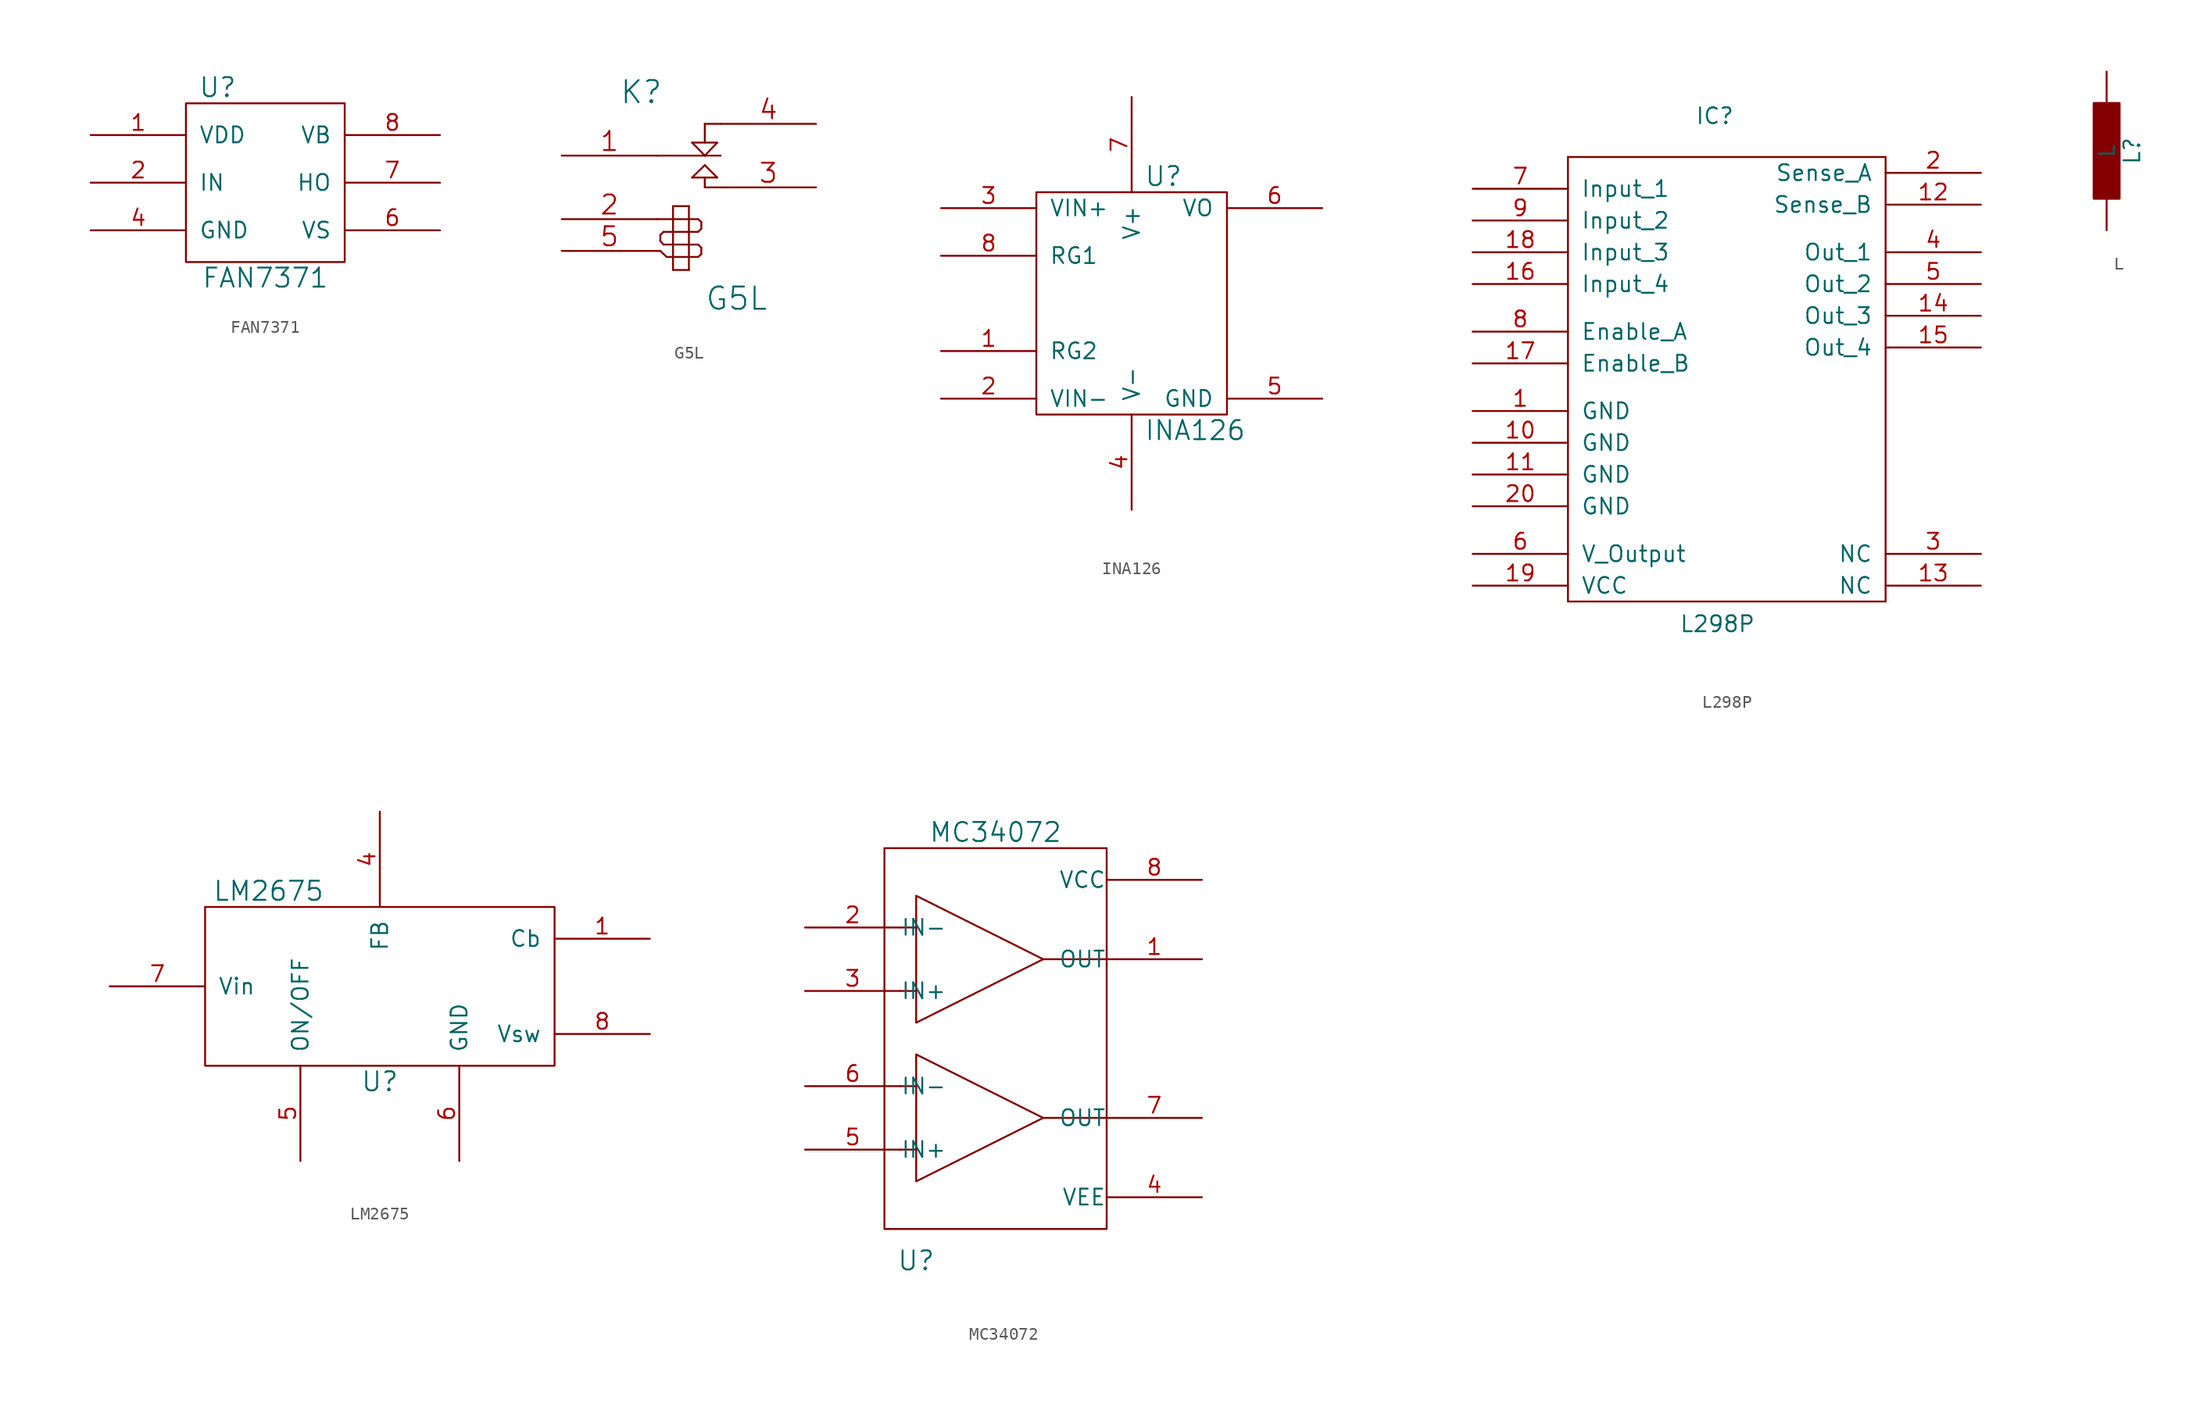
<source format=kicad_sym>
(kicad_symbol_lib
  (version 20211014)
  (generator kicad_symbol_editor)
  (symbol "FAN7371"
    (pin_names
      (offset 1.016))
    (property "Reference" "U"
      (at -3.81 7.62 0)
      (effects (font (size 1.524 1.524))))
    (property "Value" "FAN7371"
      (at 0 -7.62 0)
      (effects (font (size 1.524 1.524))))
    (property "Footprint" ""
      (at 0 0 0)
      (effects (font (size 1.524 1.524))))
    (property "Datasheet" ""
      (at 0 0 0)
      (effects (font (size 1.524 1.524))))
    (symbol "FAN7371_0_1"
      (rectangle (start -6.35 6.35) (end 6.35 -6.35) (stroke (width 0) (type default) (color 0 0 0 0)) (fill (type none))))
    (symbol "FAN7371_1_1"
      (pin input line (at -13.97 3.81 0) (length 7.62) (name "VDD" (effects (font (size 1.27 1.27)))) (number "1" (effects (font (size 1.27 1.27)))))
      (pin input line (at -13.97 0 0) (length 7.62) (name "IN" (effects (font (size 1.27 1.27)))) (number "2" (effects (font (size 1.27 1.27)))))
      (pin input line (at -13.97 -3.81 0) (length 7.62) (name "GND" (effects (font (size 1.27 1.27)))) (number "4" (effects (font (size 1.27 1.27)))))
      (pin input line (at 13.97 -3.81 180) (length 7.62) (name "VS" (effects (font (size 1.27 1.27)))) (number "6" (effects (font (size 1.27 1.27)))))
      (pin input line (at 13.97 0 180) (length 7.62) (name "HO" (effects (font (size 1.27 1.27)))) (number "7" (effects (font (size 1.27 1.27)))))
      (pin input line (at 13.97 3.81 180) (length 7.62) (name "VB" (effects (font (size 1.27 1.27)))) (number "8" (effects (font (size 1.27 1.27)))))))
  (symbol "G5L"
    (pin_names
      (offset 1.016) hide)
    (property "Reference" "K"
      (at -3.81 3.81 0)
      (effects (font (size 1.778 1.778))))
    (property "Value" "G5L"
      (at 3.81 -12.7 0)
      (effects (font (size 1.778 1.778))))
    (property "Footprint" ""
      (at 0 0 0)
      (effects (font (size 1.524 1.524))))
    (property "Datasheet" ""
      (at 0 0 0)
      (effects (font (size 1.524 1.524))))
    (symbol "G5L_0_1"
      (polyline (pts (xy -2.54 -8.89) (xy -2.286 -8.89)) (stroke (width 0) (type default) (color 0 0 0 0)) (fill (type none)))
      (polyline (pts (xy -2.54 -6.35) (xy -1.27 -6.35)) (stroke (width 0) (type default) (color 0 0 0 0)) (fill (type none)))
      (polyline (pts (xy -2.54 -1.27) (xy 1.27 -1.27)) (stroke (width 0) (type default) (color 0 0 0 0)) (fill (type none)))
      (polyline (pts (xy -2.286 -8.89) (xy -1.778 -9.373)) (stroke (width 0) (type default) (color 0 0 0 0)) (fill (type none)))
      (polyline (pts (xy -2.286 -8.103) (xy -2.286 -7.62)) (stroke (width 0) (type default) (color 0 0 0 0)) (fill (type none)))
      (polyline (pts (xy -2.032 -8.382) (xy -2.286 -8.103)) (stroke (width 0) (type default) (color 0 0 0 0)) (fill (type none)))
      (polyline (pts (xy -2.032 -7.366) (xy -2.286 -7.62)) (stroke (width 0) (type default) (color 0 0 0 0)) (fill (type none)))
      (polyline (pts (xy -1.778 -9.373) (xy -1.27 -9.373)) (stroke (width 0) (type default) (color 0 0 0 0)) (fill (type none)))
      (polyline (pts (xy -1.27 -10.414) (xy -1.27 -5.309)) (stroke (width 0) (type default) (color 0 0 0 0)) (fill (type none)))
      (polyline (pts (xy -1.27 -8.382) (xy -2.032 -8.382)) (stroke (width 0) (type default) (color 0 0 0 0)) (fill (type none)))
      (polyline (pts (xy -1.27 -8.382) (xy 0 -8.382)) (stroke (width 0) (type default) (color 0 0 0 0)) (fill (type none)))
      (polyline (pts (xy -1.27 -7.366) (xy -2.032 -7.366)) (stroke (width 0) (type default) (color 0 0 0 0)) (fill (type none)))
      (polyline (pts (xy -1.27 -6.35) (xy 0 -6.35)) (stroke (width 0) (type default) (color 0 0 0 0)) (fill (type none)))
      (polyline (pts (xy -1.27 -5.309) (xy 0 -5.309)) (stroke (width 0) (type default) (color 0 0 0 0)) (fill (type none)))
      (polyline (pts (xy 0 -10.414) (xy -1.27 -10.414)) (stroke (width 0) (type default) (color 0 0 0 0)) (fill (type none)))
      (polyline (pts (xy 0 -9.373) (xy -1.27 -9.373)) (stroke (width 0) (type default) (color 0 0 0 0)) (fill (type none)))
      (polyline (pts (xy 0 -9.373) (xy 0.737 -9.373)) (stroke (width 0) (type default) (color 0 0 0 0)) (fill (type none)))
      (polyline (pts (xy 0 -8.382) (xy 0.737 -8.382)) (stroke (width 0) (type default) (color 0 0 0 0)) (fill (type none)))
      (polyline (pts (xy 0 -7.366) (xy -1.27 -7.366)) (stroke (width 0) (type default) (color 0 0 0 0)) (fill (type none)))
      (polyline (pts (xy 0 -7.366) (xy 0.737 -7.366)) (stroke (width 0) (type default) (color 0 0 0 0)) (fill (type none)))
      (polyline (pts (xy 0 -6.35) (xy 0.737 -6.35)) (stroke (width 0) (type default) (color 0 0 0 0)) (fill (type none)))
      (polyline (pts (xy 0 -5.309) (xy 0 -10.414)) (stroke (width 0) (type default) (color 0 0 0 0)) (fill (type none)))
      (polyline (pts (xy 0.254 -3.023) (xy 2.261 -3.023)) (stroke (width 0) (type default) (color 0 0 0 0)) (fill (type none)))
      (polyline (pts (xy 0.254 -0.229) (xy 2.261 -0.229)) (stroke (width 0) (type default) (color 0 0 0 0)) (fill (type none)))
      (polyline (pts (xy 0.737 -9.373) (xy 0.991 -9.144)) (stroke (width 0) (type default) (color 0 0 0 0)) (fill (type none)))
      (polyline (pts (xy 0.737 -8.382) (xy 0.991 -8.636)) (stroke (width 0) (type default) (color 0 0 0 0)) (fill (type none)))
      (polyline (pts (xy 0.737 -7.366) (xy 0.991 -7.112)) (stroke (width 0) (type default) (color 0 0 0 0)) (fill (type none)))
      (polyline (pts (xy 0.737 -6.35) (xy 0.991 -6.579)) (stroke (width 0) (type default) (color 0 0 0 0)) (fill (type none)))
      (polyline (pts (xy 0.991 -9.144) (xy 0.991 -8.636)) (stroke (width 0) (type default) (color 0 0 0 0)) (fill (type none)))
      (polyline (pts (xy 0.991 -6.579) (xy 0.991 -7.112)) (stroke (width 0) (type default) (color 0 0 0 0)) (fill (type none)))
      (polyline (pts (xy 1.27 -3.81) (xy 1.27 -3.302)) (stroke (width 0) (type default) (color 0 0 0 0)) (fill (type none)))
      (polyline (pts (xy 1.27 -3.302) (xy 1.27 -3.023)) (stroke (width 0) (type default) (color 0 0 0 0)) (fill (type none)))
      (polyline (pts (xy 1.27 -2.032) (xy 0.254 -3.023)) (stroke (width 0) (type default) (color 0 0 0 0)) (fill (type none)))
      (polyline (pts (xy 1.27 -1.27) (xy 0.254 -0.229)) (stroke (width 0) (type default) (color 0 0 0 0)) (fill (type none)))
      (polyline (pts (xy 1.27 -1.27) (xy 2.54 -1.27)) (stroke (width 0) (type default) (color 0 0 0 0)) (fill (type none)))
      (polyline (pts (xy 1.27 1.27) (xy 1.27 -0.229)) (stroke (width 0) (type default) (color 0 0 0 0)) (fill (type none)))
      (polyline (pts (xy 1.27 1.27) (xy 2.54 1.27)) (stroke (width 0) (type default) (color 0 0 0 0)) (fill (type none)))
      (polyline (pts (xy 2.261 -3.023) (xy 1.27 -2.032)) (stroke (width 0) (type default) (color 0 0 0 0)) (fill (type none)))
      (polyline (pts (xy 2.261 -0.229) (xy 1.27 -1.27)) (stroke (width 0) (type default) (color 0 0 0 0)) (fill (type none)))
      (polyline (pts (xy 2.54 -3.81) (xy 1.27 -3.81)) (stroke (width 0) (type default) (color 0 0 0 0)) (fill (type none))))
    (symbol "G5L_1_1"
      (pin passive line (at -10.16 -1.27 0) (length 7.62) (name "C1" (effects (font (size 1.524 1.524)))) (number "1" (effects (font (size 1.524 1.524)))))
      (pin input line (at -10.16 -6.35 0) (length 7.62) (name "2" (effects (font (size 1.524 1.524)))) (number "2" (effects (font (size 1.524 1.524)))))
      (pin passive line (at 10.16 -3.81 180) (length 7.62) (name "T1" (effects (font (size 1.524 1.524)))) (number "3" (effects (font (size 1.524 1.524)))))
      (pin passive line (at 10.16 1.27 180) (length 7.62) (name "R1" (effects (font (size 1.524 1.524)))) (number "4" (effects (font (size 1.524 1.524)))))
      (pin input line (at -10.16 -8.89 0) (length 7.62) (name "5" (effects (font (size 1.524 1.524)))) (number "5" (effects (font (size 1.524 1.524)))))))
  (symbol "INA126"
    (pin_names
      (offset 1.016))
    (property "Reference" "U"
      (at 2.54 10.16 0)
      (effects (font (size 1.524 1.524))))
    (property "Value" "INA126"
      (at 5.08 -10.16 0)
      (effects (font (size 1.524 1.524))))
    (property "Footprint" ""
      (at 0 0 0)
      (effects (font (size 1.524 1.524))))
    (property "Datasheet" ""
      (at 0 0 0)
      (effects (font (size 1.524 1.524))))
    (symbol "INA126_0_1"
      (rectangle (start -7.62 8.89) (end 7.62 -8.89) (stroke (width 0) (type default) (color 0 0 0 0)) (fill (type none))))
    (symbol "INA126_1_1"
      (pin input line (at -15.24 -3.81 0) (length 7.62) (name "RG2" (effects (font (size 1.27 1.27)))) (number "1" (effects (font (size 1.27 1.27)))))
      (pin input line (at -15.24 -7.62 0) (length 7.62) (name "VIN-" (effects (font (size 1.27 1.27)))) (number "2" (effects (font (size 1.27 1.27)))))
      (pin input line (at -15.24 7.62 0) (length 7.62) (name "VIN+" (effects (font (size 1.27 1.27)))) (number "3" (effects (font (size 1.27 1.27)))))
      (pin power_in line (at 0 -16.51 90) (length 7.62) (name "V-" (effects (font (size 1.27 1.27)))) (number "4" (effects (font (size 1.27 1.27)))))
      (pin bidirectional line (at 15.24 -7.62 180) (length 7.62) (name "GND" (effects (font (size 1.27 1.27)))) (number "5" (effects (font (size 1.27 1.27)))))
      (pin output line (at 15.24 7.62 180) (length 7.62) (name "VO" (effects (font (size 1.27 1.27)))) (number "6" (effects (font (size 1.27 1.27)))))
      (pin power_in line (at 0 16.51 270) (length 7.62) (name "V+" (effects (font (size 1.27 1.27)))) (number "7" (effects (font (size 1.27 1.27)))))
      (pin input line (at -15.24 3.81 0) (length 7.62) (name "RG1" (effects (font (size 1.27 1.27)))) (number "8" (effects (font (size 1.27 1.27)))))))
  (symbol "L298P"
    (pin_names
      (offset 1.016))
    (property "Reference" "IC"
      (at -2.54 20.32 0)
      (effects (font (size 1.27 1.27)) (justify left bottom)))
    (property "Value" "L298P"
      (at -3.81 -20.32 0)
      (effects (font (size 1.27 1.27)) (justify left bottom)))
    (property "Datasheet" ""
      (at 0 0 0)
      (effects (font (size 1.524 1.524))))
    (property "ki_locked" ""
      (at 0 0 0)
      (effects (font (size 1.27 1.27))))
    (symbol "L298P_1_0"
      (polyline (pts (xy -12.7 -17.78) (xy -12.7 17.78)) (stroke (width 0) (type default) (color 0 0 0 0)) (fill (type none)))
      (polyline (pts (xy -12.7 17.78) (xy 12.7 17.78)) (stroke (width 0) (type default) (color 0 0 0 0)) (fill (type none)))
      (polyline (pts (xy 12.7 -17.78) (xy -12.7 -17.78)) (stroke (width 0) (type default) (color 0 0 0 0)) (fill (type none)))
      (polyline (pts (xy 12.7 17.78) (xy 12.7 -17.78)) (stroke (width 0) (type default) (color 0 0 0 0)) (fill (type none))))
    (symbol "L298P_1_1"
      (pin input line (at -20.32 -2.54 0) (length 7.62) (name "GND" (effects (font (size 1.27 1.27)))) (number "1" (effects (font (size 1.27 1.27)))))
      (pin input line (at -20.32 -5.08 0) (length 7.62) (name "GND" (effects (font (size 1.27 1.27)))) (number "10" (effects (font (size 1.27 1.27)))))
      (pin input line (at -20.32 -7.62 0) (length 7.62) (name "GND" (effects (font (size 1.27 1.27)))) (number "11" (effects (font (size 1.27 1.27)))))
      (pin input line (at 20.32 13.97 180) (length 7.62) (name "Sense_B" (effects (font (size 1.27 1.27)))) (number "12" (effects (font (size 1.27 1.27)))))
      (pin input line (at 20.32 -16.51 180) (length 7.62) (name "NC" (effects (font (size 1.27 1.27)))) (number "13" (effects (font (size 1.27 1.27)))))
      (pin input line (at 20.32 5.08 180) (length 7.62) (name "Out_3" (effects (font (size 1.27 1.27)))) (number "14" (effects (font (size 1.27 1.27)))))
      (pin input line (at 20.32 2.54 180) (length 7.62) (name "Out_4" (effects (font (size 1.27 1.27)))) (number "15" (effects (font (size 1.27 1.27)))))
      (pin input line (at -20.32 7.62 0) (length 7.62) (name "Input_4" (effects (font (size 1.27 1.27)))) (number "16" (effects (font (size 1.27 1.27)))))
      (pin input line (at -20.32 1.27 0) (length 7.62) (name "Enable_B" (effects (font (size 1.27 1.27)))) (number "17" (effects (font (size 1.27 1.27)))))
      (pin input line (at -20.32 10.16 0) (length 7.62) (name "Input_3" (effects (font (size 1.27 1.27)))) (number "18" (effects (font (size 1.27 1.27)))))
      (pin input line (at -20.32 -16.51 0) (length 7.62) (name "VCC" (effects (font (size 1.27 1.27)))) (number "19" (effects (font (size 1.27 1.27)))))
      (pin input line (at 20.32 16.51 180) (length 7.62) (name "Sense_A" (effects (font (size 1.27 1.27)))) (number "2" (effects (font (size 1.27 1.27)))))
      (pin input line (at -20.32 -10.16 0) (length 7.62) (name "GND" (effects (font (size 1.27 1.27)))) (number "20" (effects (font (size 1.27 1.27)))))
      (pin input line (at 20.32 -13.97 180) (length 7.62) (name "NC" (effects (font (size 1.27 1.27)))) (number "3" (effects (font (size 1.27 1.27)))))
      (pin input line (at 20.32 10.16 180) (length 7.62) (name "Out_1" (effects (font (size 1.27 1.27)))) (number "4" (effects (font (size 1.27 1.27)))))
      (pin input line (at 20.32 7.62 180) (length 7.62) (name "Out_2" (effects (font (size 1.27 1.27)))) (number "5" (effects (font (size 1.27 1.27)))))
      (pin input line (at -20.32 -13.97 0) (length 7.62) (name "V_Output" (effects (font (size 1.27 1.27)))) (number "6" (effects (font (size 1.27 1.27)))))
      (pin input line (at -20.32 15.24 0) (length 7.62) (name "Input_1" (effects (font (size 1.27 1.27)))) (number "7" (effects (font (size 1.27 1.27)))))
      (pin input line (at -20.32 3.81 0) (length 7.62) (name "Enable_A" (effects (font (size 1.27 1.27)))) (number "8" (effects (font (size 1.27 1.27)))))
      (pin input line (at -20.32 12.7 0) (length 7.62) (name "Input_2" (effects (font (size 1.27 1.27)))) (number "9" (effects (font (size 1.27 1.27)))))))
  (symbol "L"
    (pin_numbers hide)
    (pin_names
      (offset 0))
    (property "Reference" "L"
      (at 2.032 0 90)
      (effects (font (size 1.27 1.27))))
    (property "Value" "L"
      (at 0 0 90)
      (effects (font (size 1.27 1.27))))
    (property "Footprint" ""
      (at 0 0 0)
      (effects (font (size 1.524 1.524))))
    (property "Datasheet" ""
      (at 0 0 0)
      (effects (font (size 1.524 1.524))))
    (symbol "L_0_1"
      (rectangle (start -1.016 3.81) (end 1.016 -3.81) (stroke (width 0.203) (type default) (color 0 0 0 0)) (fill (type outline))))
    (symbol "L_1_1"
      (pin passive line (at 0 6.35 270) (length 2.54) (name "~" (effects (font (size 1.524 1.524)))) (number "1" (effects (font (size 1.524 1.524)))))
      (pin passive line (at 0 -6.35 90) (length 2.54) (name "~" (effects (font (size 1.524 1.524)))) (number "2" (effects (font (size 1.524 1.524)))))))
  (symbol "LM2675"
    (pin_names
      (offset 1.016))
    (property "Reference" "U"
      (at 0 -7.62 0)
      (effects (font (size 1.524 1.524))))
    (property "Value" "LM2675"
      (at -8.89 7.62 0)
      (effects (font (size 1.524 1.524))))
    (property "Footprint" ""
      (at 0 0 0)
      (effects (font (size 1.524 1.524))))
    (property "Datasheet" ""
      (at 0 0 0)
      (effects (font (size 1.524 1.524))))
    (symbol "LM2675_0_1"
      (rectangle (start 13.97 6.35) (end -13.97 -6.35) (stroke (width 0) (type default) (color 0 0 0 0)) (fill (type none))))
    (symbol "LM2675_1_1"
      (pin input line (at 21.59 3.81 180) (length 7.62) (name "Cb" (effects (font (size 1.27 1.27)))) (number "1" (effects (font (size 1.27 1.27)))))
      (pin input line (at 0 13.97 270) (length 7.62) (name "FB" (effects (font (size 1.27 1.27)))) (number "4" (effects (font (size 1.27 1.27)))))
      (pin input line (at -6.35 -13.97 90) (length 7.62) (name "ON/OFF" (effects (font (size 1.27 1.27)))) (number "5" (effects (font (size 1.27 1.27)))))
      (pin input line (at 6.35 -13.97 90) (length 7.62) (name "GND" (effects (font (size 1.27 1.27)))) (number "6" (effects (font (size 1.27 1.27)))))
      (pin input line (at -21.59 0 0) (length 7.62) (name "Vin" (effects (font (size 1.27 1.27)))) (number "7" (effects (font (size 1.27 1.27)))))
      (pin input line (at 21.59 -3.81 180) (length 7.62) (name "Vsw" (effects (font (size 1.27 1.27)))) (number "8" (effects (font (size 1.27 1.27)))))))
  (symbol "MC34072"
    (pin_names
      (offset 0.025))
    (property "Reference" "U"
      (at -6.35 -17.78 0)
      (effects (font (size 1.524 1.524))))
    (property "Value" "MC34072"
      (at 0 16.51 0)
      (effects (font (size 1.524 1.524))))
    (property "Datasheet" ""
      (at 0 -6.35 0)
      (effects (font (size 1.524 1.524))))
    (symbol "MC34072_0_1"
      (rectangle (start -8.89 15.24) (end 8.89 -15.24) (stroke (width 0) (type default) (color 0 0 0 0)) (fill (type none)))
      (polyline (pts (xy -7.62 -8.89) (xy -6.35 -8.89) (xy -6.35 -8.89)) (stroke (width 0) (type default) (color 0 0 0 0)) (fill (type none)))
      (polyline (pts (xy -7.62 -3.81) (xy -6.35 -3.81) (xy -6.35 -3.81)) (stroke (width 0) (type default) (color 0 0 0 0)) (fill (type none)))
      (polyline (pts (xy -7.62 3.81) (xy -6.35 3.81) (xy -6.35 3.81)) (stroke (width 0) (type default) (color 0 0 0 0)) (fill (type none)))
      (polyline (pts (xy -7.62 8.89) (xy -6.35 8.89) (xy -6.35 8.89)) (stroke (width 0) (type default) (color 0 0 0 0)) (fill (type none)))
      (polyline (pts (xy 3.81 -6.35) (xy 8.89 -6.35) (xy 8.89 -6.35)) (stroke (width 0) (type default) (color 0 0 0 0)) (fill (type none)))
      (polyline (pts (xy 3.81 6.35) (xy 8.89 6.35) (xy 8.89 6.35)) (stroke (width 0) (type default) (color 0 0 0 0)) (fill (type none))))
    (symbol "MC34072_1_1"
      (polyline (pts (xy -6.35 -1.27) (xy -6.35 -11.43) (xy 3.81 -6.35) (xy -6.35 -1.27) (xy -3.81 -2.54)) (stroke (width 0) (type default) (color 0 0 0 0)) (fill (type none)))
      (polyline (pts (xy -6.35 11.43) (xy -6.35 1.27) (xy 3.81 6.35) (xy -6.35 11.43) (xy -3.81 10.16)) (stroke (width 0) (type default) (color 0 0 0 0)) (fill (type none)))
      (pin output line (at 16.51 6.35 180) (length 7.62) (name "OUT" (effects (font (size 1.27 1.27)))) (number "1" (effects (font (size 1.27 1.27)))))
      (pin input line (at -15.24 8.89 0) (length 7.62) (name "IN-" (effects (font (size 1.27 1.27)))) (number "2" (effects (font (size 1.27 1.27)))))
      (pin input line (at -15.24 3.81 0) (length 7.62) (name "IN+" (effects (font (size 1.27 1.27)))) (number "3" (effects (font (size 1.27 1.27)))))
      (pin power_in line (at 16.51 -12.7 180) (length 7.62) (name "VEE" (effects (font (size 1.27 1.27)))) (number "4" (effects (font (size 1.27 1.27)))))
      (pin input line (at -15.24 -8.89 0) (length 7.62) (name "IN+" (effects (font (size 1.27 1.27)))) (number "5" (effects (font (size 1.27 1.27)))))
      (pin input line (at -15.24 -3.81 0) (length 7.62) (name "IN-" (effects (font (size 1.27 1.27)))) (number "6" (effects (font (size 1.27 1.27)))))
      (pin output line (at 16.51 -6.35 180) (length 7.62) (name "OUT" (effects (font (size 1.27 1.27)))) (number "7" (effects (font (size 1.27 1.27)))))
      (pin power_in line (at 16.51 12.7 180) (length 7.62) (name "VCC" (effects (font (size 1.27 1.27)))) (number "8" (effects (font (size 1.27 1.27))))))))
</source>
